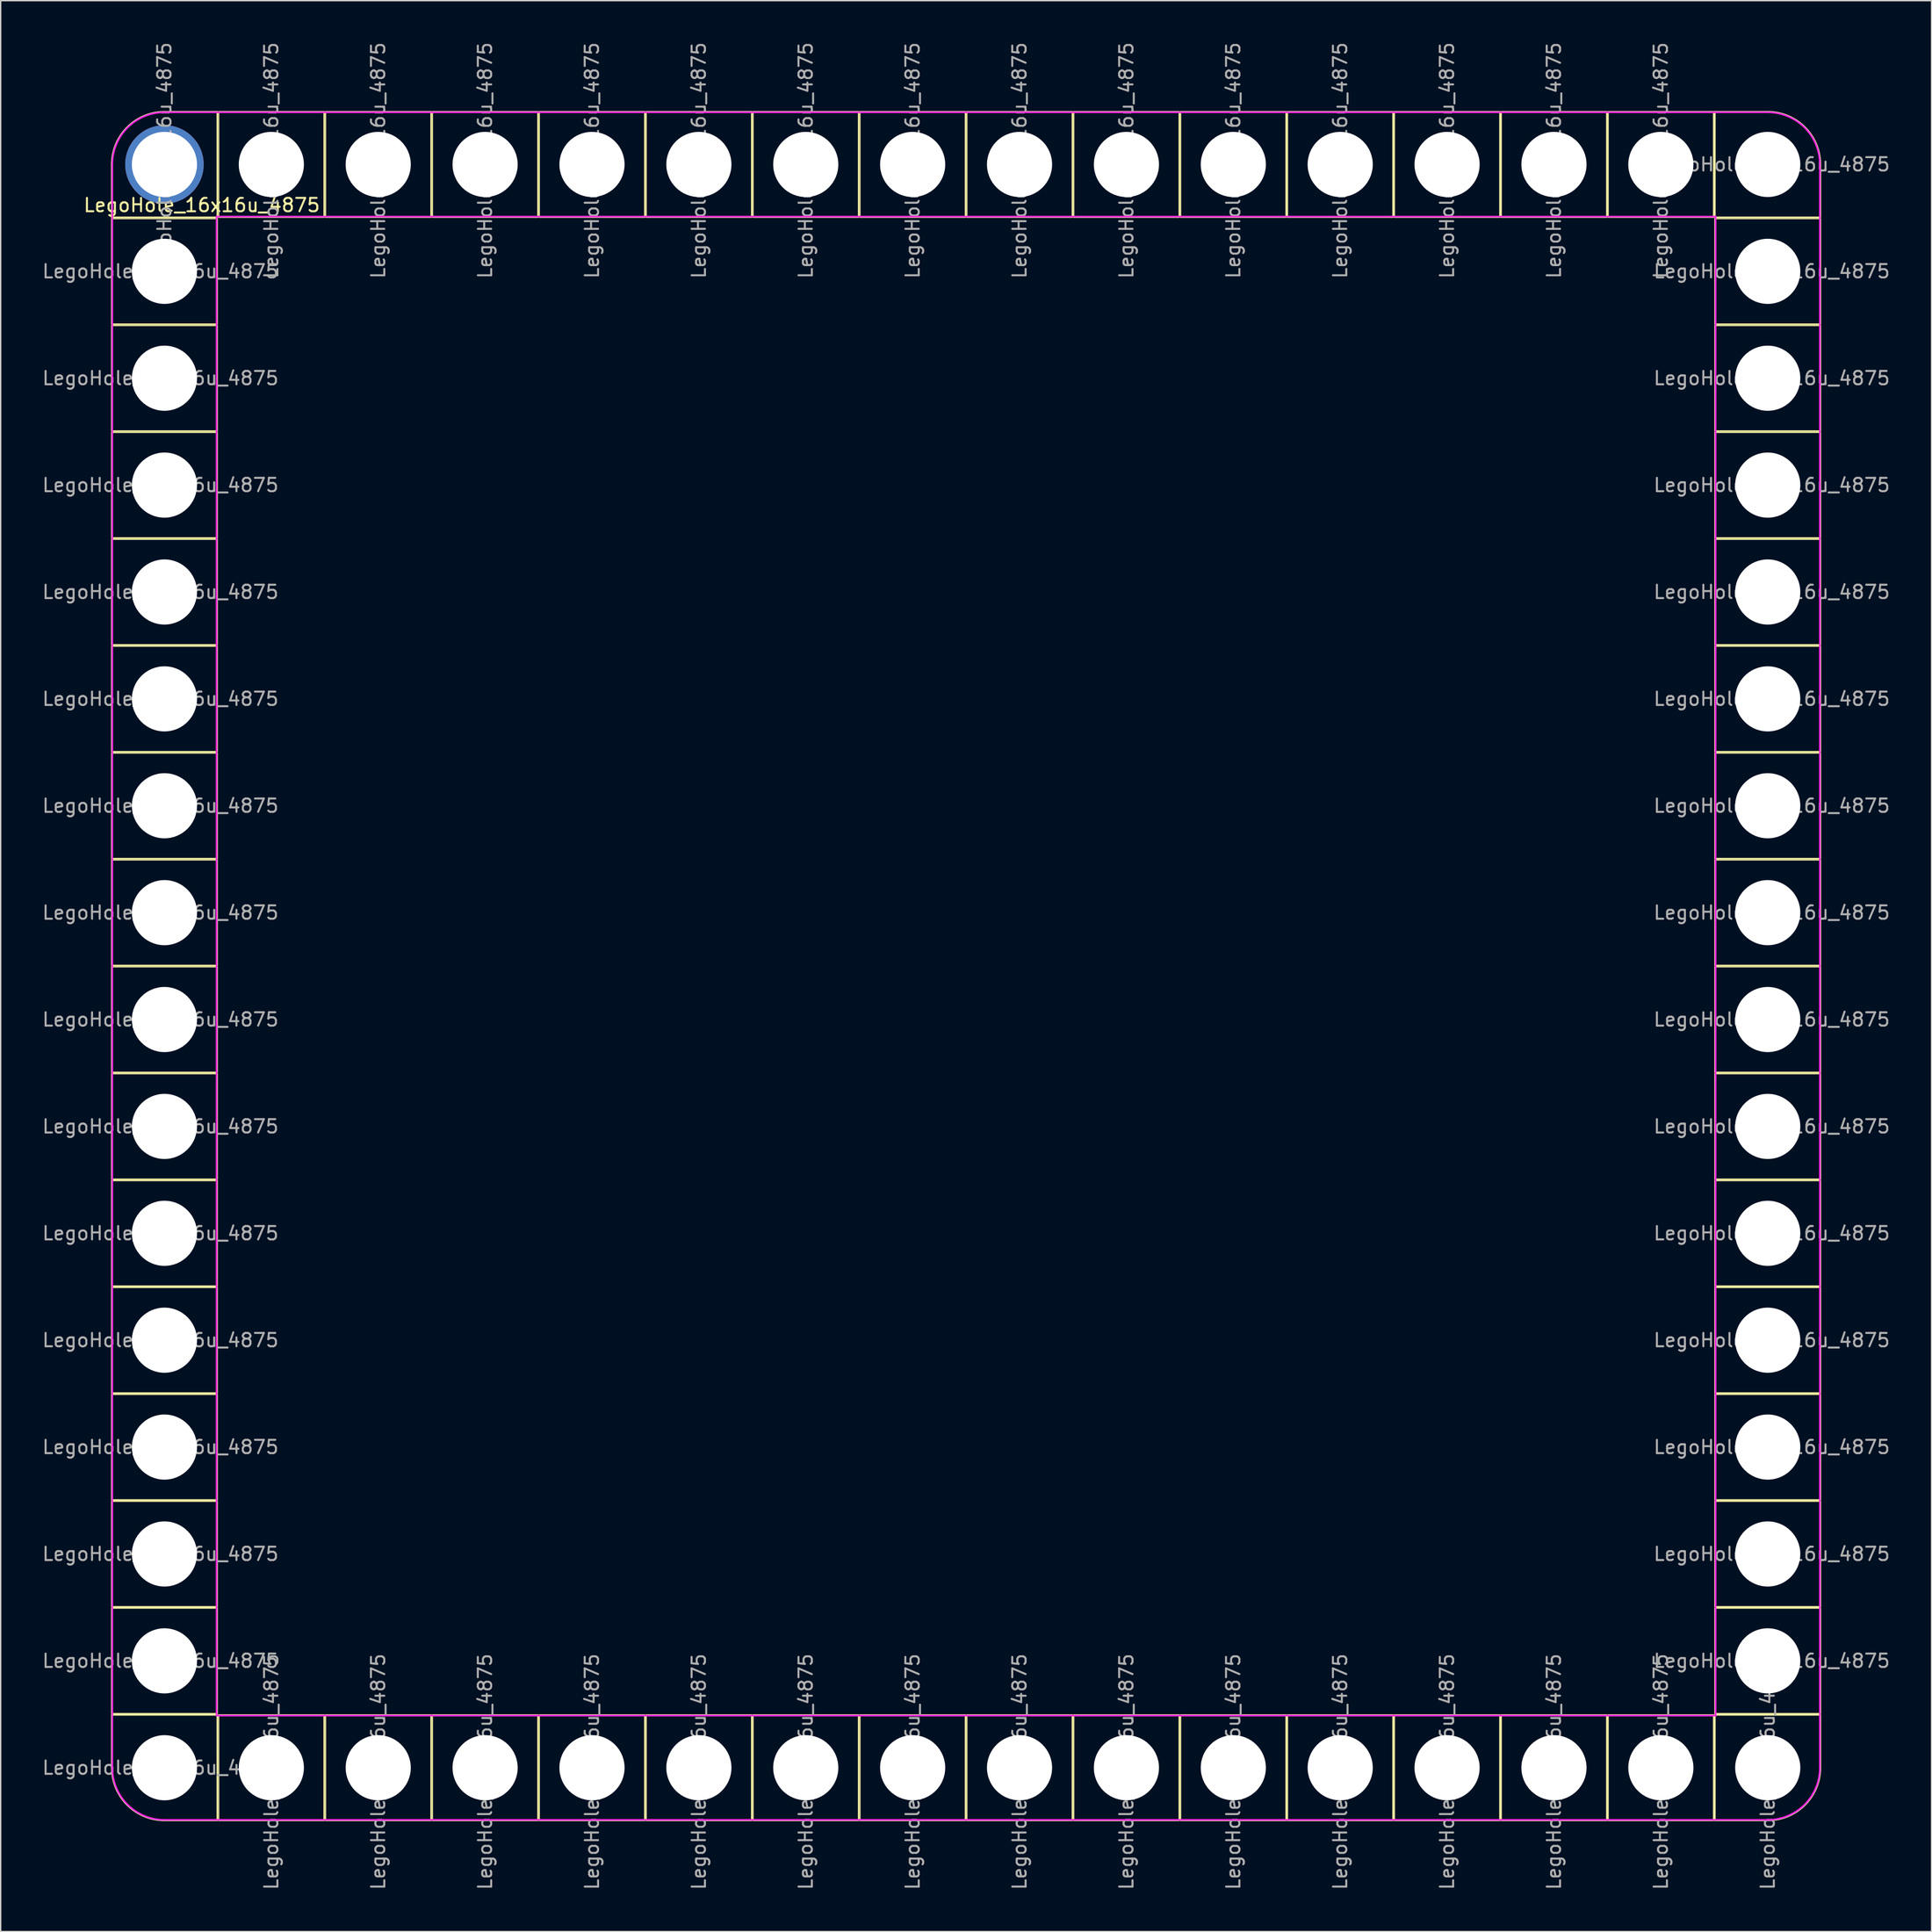
<source format=kicad_pcb>
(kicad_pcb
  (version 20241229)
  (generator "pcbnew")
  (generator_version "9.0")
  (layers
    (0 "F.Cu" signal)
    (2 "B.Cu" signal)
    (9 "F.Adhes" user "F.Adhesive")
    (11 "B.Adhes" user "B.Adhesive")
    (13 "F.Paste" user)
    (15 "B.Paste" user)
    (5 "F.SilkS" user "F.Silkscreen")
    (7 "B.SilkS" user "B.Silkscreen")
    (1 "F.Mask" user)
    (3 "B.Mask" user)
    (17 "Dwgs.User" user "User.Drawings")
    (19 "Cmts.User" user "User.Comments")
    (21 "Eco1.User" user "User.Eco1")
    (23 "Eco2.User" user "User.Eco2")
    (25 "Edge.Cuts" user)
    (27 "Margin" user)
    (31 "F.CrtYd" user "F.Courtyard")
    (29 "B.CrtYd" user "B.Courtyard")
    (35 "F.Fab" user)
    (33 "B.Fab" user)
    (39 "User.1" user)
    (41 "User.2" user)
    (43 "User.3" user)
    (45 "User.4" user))
  (footprint "LegoHole_16x16u_4875"
    (layer "F.Cu")
    (at 9.258 9.258)
    (property "Reference" "LegoHole_16x16u_4875" (at 2.794 3.048 0) (layer "F.SilkS") (effects (font (size 1 1) (thickness 0.15))))
    (attr exclude_from_pos_files exclude_from_bom)
    (fp_line (start -3.95 0) (end -3.95 3.95) (stroke (width 0.1) (type solid)) (layer "F.SilkS"))
    (fp_line (start -3.95 3.95) (end 3.95 3.95) (stroke (width 0.1) (type solid)) (layer "F.SilkS"))
    (fp_line (start -3.95 120) (end -3.95 116.05) (stroke (width 0.1) (type solid)) (layer "F.SilkS"))
    (fp_line (start 0 -3.95) (end 3.95 -3.95) (stroke (width 0.1) (type solid)) (layer "F.SilkS"))
    (fp_line (start 0 123.95) (end 3.95 123.95) (stroke (width 0.1) (type solid)) (layer "F.SilkS"))
    (fp_line (start 3.95 3.95) (end 3.95 -3.95) (stroke (width 0.1) (type solid)) (layer "F.SilkS"))
    (fp_line (start 3.95 116.05) (end -3.95 116.05) (stroke (width 0.1) (type solid)) (layer "F.SilkS"))
    (fp_line (start 3.95 123.95) (end 3.95 116.05) (stroke (width 0.1) (type solid)) (layer "F.SilkS"))
    (fp_line (start 116.05 -3.95) (end 116.05 3.95) (stroke (width 0.1) (type solid)) (layer "F.SilkS"))
    (fp_line (start 116.05 3.95) (end 123.95 3.95) (stroke (width 0.1) (type solid)) (layer "F.SilkS"))
    (fp_line (start 116.05 116.05) (end 116.05 123.95) (stroke (width 0.1) (type solid)) (layer "F.SilkS"))
    (fp_line (start 120 -3.95) (end 116.05 -3.95) (stroke (width 0.1) (type solid)) (layer "F.SilkS"))
    (fp_line (start 120 123.95) (end 116.05 123.95) (stroke (width 0.1) (type solid)) (layer "F.SilkS"))
    (fp_line (start 123.95 0) (end 123.95 3.95) (stroke (width 0.1) (type solid)) (layer "F.SilkS"))
    (fp_line (start 123.95 116.05) (end 116.05 116.05) (stroke (width 0.1) (type solid)) (layer "F.SilkS"))
    (fp_line (start 123.95 120) (end 123.95 116.05) (stroke (width 0.1) (type solid)) (layer "F.SilkS"))
    (fp_rect (start 3.95 11.95) (end -3.95 4.05) (stroke (width 0.1) (type solid)) (fill no) (layer "F.SilkS"))
    (fp_rect (start 3.95 19.95) (end -3.95 12.05) (stroke (width 0.1) (type solid)) (fill no) (layer "F.SilkS"))
    (fp_rect (start 3.95 27.95) (end -3.95 20.05) (stroke (width 0.1) (type solid)) (fill no) (layer "F.SilkS"))
    (fp_rect (start 3.95 35.95) (end -3.95 28.05) (stroke (width 0.1) (type solid)) (fill no) (layer "F.SilkS"))
    (fp_rect (start 3.95 43.95) (end -3.95 36.05) (stroke (width 0.1) (type solid)) (fill no) (layer "F.SilkS"))
    (fp_rect (start 3.95 51.95) (end -3.95 44.05) (stroke (width 0.1) (type solid)) (fill no) (layer "F.SilkS"))
    (fp_rect (start 3.95 59.95) (end -3.95 52.05) (stroke (width 0.1) (type solid)) (fill no) (layer "F.SilkS"))
    (fp_rect (start 3.95 67.95) (end -3.95 60.05) (stroke (width 0.1) (type solid)) (fill no) (layer "F.SilkS"))
    (fp_rect (start 3.95 75.95) (end -3.95 68.05) (stroke (width 0.1) (type solid)) (fill no) (layer "F.SilkS"))
    (fp_rect (start 3.95 83.95) (end -3.95 76.05) (stroke (width 0.1) (type solid)) (fill no) (layer "F.SilkS"))
    (fp_rect (start 3.95 91.95) (end -3.95 84.05) (stroke (width 0.1) (type solid)) (fill no) (layer "F.SilkS"))
    (fp_rect (start 3.95 99.95) (end -3.95 92.05) (stroke (width 0.1) (type solid)) (fill no) (layer "F.SilkS"))
    (fp_rect (start 3.95 107.95) (end -3.95 100.05) (stroke (width 0.1) (type solid)) (fill no) (layer "F.SilkS"))
    (fp_rect (start 3.95 115.95) (end -3.95 108.05) (stroke (width 0.1) (type solid)) (fill no) (layer "F.SilkS"))
    (fp_rect (start 4.05 3.95) (end 11.95 -3.95) (stroke (width 0.1) (type solid)) (fill no) (layer "F.SilkS"))
    (fp_rect (start 11.95 116.05) (end 4.05 123.95) (stroke (width 0.1) (type solid)) (fill no) (layer "F.SilkS"))
    (fp_rect (start 12.05 3.95) (end 19.95 -3.95) (stroke (width 0.1) (type solid)) (fill no) (layer "F.SilkS"))
    (fp_rect (start 19.95 116.05) (end 12.05 123.95) (stroke (width 0.1) (type solid)) (fill no) (layer "F.SilkS"))
    (fp_rect (start 20.05 3.95) (end 27.95 -3.95) (stroke (width 0.1) (type solid)) (fill no) (layer "F.SilkS"))
    (fp_rect (start 27.95 116.05) (end 20.05 123.95) (stroke (width 0.1) (type solid)) (fill no) (layer "F.SilkS"))
    (fp_rect (start 28.05 3.95) (end 35.95 -3.95) (stroke (width 0.1) (type solid)) (fill no) (layer "F.SilkS"))
    (fp_rect (start 35.95 116.05) (end 28.05 123.95) (stroke (width 0.1) (type solid)) (fill no) (layer "F.SilkS"))
    (fp_rect (start 36.05 3.95) (end 43.95 -3.95) (stroke (width 0.1) (type solid)) (fill no) (layer "F.SilkS"))
    (fp_rect (start 43.95 116.05) (end 36.05 123.95) (stroke (width 0.1) (type solid)) (fill no) (layer "F.SilkS"))
    (fp_rect (start 44.05 3.95) (end 51.95 -3.95) (stroke (width 0.1) (type solid)) (fill no) (layer "F.SilkS"))
    (fp_rect (start 51.95 116.05) (end 44.05 123.95) (stroke (width 0.1) (type solid)) (fill no) (layer "F.SilkS"))
    (fp_rect (start 52.05 3.95) (end 59.95 -3.95) (stroke (width 0.1) (type solid)) (fill no) (layer "F.SilkS"))
    (fp_rect (start 59.95 116.05) (end 52.05 123.95) (stroke (width 0.1) (type solid)) (fill no) (layer "F.SilkS"))
    (fp_rect (start 60.05 3.95) (end 67.95 -3.95) (stroke (width 0.1) (type solid)) (fill no) (layer "F.SilkS"))
    (fp_rect (start 67.95 116.05) (end 60.05 123.95) (stroke (width 0.1) (type solid)) (fill no) (layer "F.SilkS"))
    (fp_rect (start 68.05 3.95) (end 75.95 -3.95) (stroke (width 0.1) (type solid)) (fill no) (layer "F.SilkS"))
    (fp_rect (start 75.95 116.05) (end 68.05 123.95) (stroke (width 0.1) (type solid)) (fill no) (layer "F.SilkS"))
    (fp_rect (start 76.05 3.95) (end 83.95 -3.95) (stroke (width 0.1) (type solid)) (fill no) (layer "F.SilkS"))
    (fp_rect (start 83.95 116.05) (end 76.05 123.95) (stroke (width 0.1) (type solid)) (fill no) (layer "F.SilkS"))
    (fp_rect (start 84.05 3.95) (end 91.95 -3.95) (stroke (width 0.1) (type solid)) (fill no) (layer "F.SilkS"))
    (fp_rect (start 91.95 116.05) (end 84.05 123.95) (stroke (width 0.1) (type solid)) (fill no) (layer "F.SilkS"))
    (fp_rect (start 92.05 3.95) (end 99.95 -3.95) (stroke (width 0.1) (type solid)) (fill no) (layer "F.SilkS"))
    (fp_rect (start 99.95 116.05) (end 92.05 123.95) (stroke (width 0.1) (type solid)) (fill no) (layer "F.SilkS"))
    (fp_rect (start 100.05 3.95) (end 107.95 -3.95) (stroke (width 0.1) (type solid)) (fill no) (layer "F.SilkS"))
    (fp_rect (start 107.95 116.05) (end 100.05 123.95) (stroke (width 0.1) (type solid)) (fill no) (layer "F.SilkS"))
    (fp_rect (start 108.05 3.95) (end 115.95 -3.95) (stroke (width 0.1) (type solid)) (fill no) (layer "F.SilkS"))
    (fp_rect (start 115.95 116.05) (end 108.05 123.95) (stroke (width 0.1) (type solid)) (fill no) (layer "F.SilkS"))
    (fp_rect (start 116.05 4.05) (end 123.95 11.95) (stroke (width 0.1) (type solid)) (fill no) (layer "F.SilkS"))
    (fp_rect (start 116.05 12.05) (end 123.95 19.95) (stroke (width 0.1) (type solid)) (fill no) (layer "F.SilkS"))
    (fp_rect (start 116.05 20.05) (end 123.95 27.95) (stroke (width 0.1) (type solid)) (fill no) (layer "F.SilkS"))
    (fp_rect (start 116.05 28.05) (end 123.95 35.95) (stroke (width 0.1) (type solid)) (fill no) (layer "F.SilkS"))
    (fp_rect (start 116.05 36.05) (end 123.95 43.95) (stroke (width 0.1) (type solid)) (fill no) (layer "F.SilkS"))
    (fp_rect (start 116.05 44.05) (end 123.95 51.95) (stroke (width 0.1) (type solid)) (fill no) (layer "F.SilkS"))
    (fp_rect (start 116.05 52.05) (end 123.95 59.95) (stroke (width 0.1) (type solid)) (fill no) (layer "F.SilkS"))
    (fp_rect (start 116.05 60.05) (end 123.95 67.95) (stroke (width 0.1) (type solid)) (fill no) (layer "F.SilkS"))
    (fp_rect (start 116.05 68.05) (end 123.95 75.95) (stroke (width 0.1) (type solid)) (fill no) (layer "F.SilkS"))
    (fp_rect (start 116.05 76.05) (end 123.95 83.95) (stroke (width 0.1) (type solid)) (fill no) (layer "F.SilkS"))
    (fp_rect (start 116.05 84.05) (end 123.95 91.95) (stroke (width 0.1) (type solid)) (fill no) (layer "F.SilkS"))
    (fp_rect (start 116.05 92.05) (end 123.95 99.95) (stroke (width 0.1) (type solid)) (fill no) (layer "F.SilkS"))
    (fp_rect (start 116.05 100.05) (end 123.95 107.95) (stroke (width 0.1) (type solid)) (fill no) (layer "F.SilkS"))
    (fp_rect (start 116.05 108.05) (end 123.95 115.95) (stroke (width 0.1) (type solid)) (fill no) (layer "F.SilkS"))
    (fp_arc (start -3.95 0) (mid -2.793072 -2.793072) (end 0 -3.95) (stroke (width 0.1) (type solid)) (layer "F.SilkS"))
    (fp_arc (start 0 123.95) (mid -2.793072 122.793072) (end -3.95 120) (stroke (width 0.1) (type solid)) (layer "F.SilkS"))
    (fp_arc (start 120 -3.95) (mid 122.793072 -2.793072) (end 123.95 0) (stroke (width 0.1) (type solid)) (layer "F.SilkS"))
    (fp_arc (start 123.95 120) (mid 122.793072 122.793072) (end 120 123.95) (stroke (width 0.1) (type solid)) (layer "F.SilkS"))
    (fp_line (start -3.9 4.1) (end -3.9 0) (stroke (width 0.12) (type solid)) (layer "F.CrtYd"))
    (fp_line (start -3.9 4.1) (end -3.9 120) (stroke (width 0.12) (type solid)) (layer "F.CrtYd"))
    (fp_line (start 3.9 3.9) (end 116.1 3.9) (stroke (width 0.12) (type solid)) (layer "F.CrtYd"))
    (fp_line (start 3.9 116.1) (end 3.9 3.9) (stroke (width 0.12) (type solid)) (layer "F.CrtYd"))
    (fp_line (start 3.9 123.9) (end 0 123.9) (stroke (width 0.12) (type solid)) (layer "F.CrtYd"))
    (fp_line (start 3.9 123.9) (end 120 123.9) (stroke (width 0.12) (type solid)) (layer "F.CrtYd"))
    (fp_line (start 116.1 -3.9) (end 0 -3.9) (stroke (width 0.12) (type solid)) (layer "F.CrtYd"))
    (fp_line (start 116.1 -3.9) (end 120 -3.9) (stroke (width 0.12) (type solid)) (layer "F.CrtYd"))
    (fp_line (start 116.1 3.9) (end 116.1 116.1) (stroke (width 0.12) (type solid)) (layer "F.CrtYd"))
    (fp_line (start 116.1 116.1) (end 3.9 116.1) (stroke (width 0.12) (type solid)) (layer "F.CrtYd"))
    (fp_line (start 123.9 116.1) (end 123.9 0) (stroke (width 0.12) (type solid)) (layer "F.CrtYd"))
    (fp_line (start 123.9 116.1) (end 123.9 120) (stroke (width 0.12) (type solid)) (layer "F.CrtYd"))
    (fp_arc (start -3.9 0) (mid -2.757716 -2.757716) (end 0 -3.9) (stroke (width 0.12) (type solid)) (layer "F.CrtYd"))
    (fp_arc (start 0 123.9) (mid -2.757716 122.757716) (end -3.9 120) (stroke (width 0.12) (type solid)) (layer "F.CrtYd"))
    (fp_arc (start 120 -3.9) (mid 122.757716 -2.757716) (end 123.9 0) (stroke (width 0.12) (type solid)) (layer "F.CrtYd"))
    (fp_arc (start 123.9 120) (mid 122.757716 122.757716) (end 120 123.9) (stroke (width 0.12) (type solid)) (layer "F.CrtYd"))
    (fp_text user "${REFERENCE}" (at 120.3 24 0) (layer "F.Fab") (effects (font (size 1 1) (thickness 0.15))))
    (fp_text user "${REFERENCE}" (at 104 -0.3 90) (layer "F.Fab") (effects (font (size 1 1) (thickness 0.15))))
    (fp_text user "${REFERENCE}" (at 64 -0.3 90) (layer "F.Fab") (effects (font (size 1 1) (thickness 0.15))))
    (fp_text user "${REFERENCE}" (at -0.3 64 180) (layer "F.Fab") (effects (font (size 1 1) (thickness 0.15))))
    (fp_text user "${REFERENCE}" (at 56 -0.3 90) (layer "F.Fab") (effects (font (size 1 1) (thickness 0.15))))
    (fp_text user "${REFERENCE}" (at 96 -0.3 90) (layer "F.Fab") (effects (font (size 1 1) (thickness 0.15))))
    (fp_text user "${REFERENCE}" (at 48 120.3 270) (layer "F.Fab") (effects (font (size 1 1) (thickness 0.15))))
    (fp_text user "${REFERENCE}" (at 88 -0.3 90) (layer "F.Fab") (effects (font (size 1 1) (thickness 0.15))))
    (fp_text user "${REFERENCE}" (at 120.3 16 0) (layer "F.Fab") (effects (font (size 1 1) (thickness 0.15))))
    (fp_text user "${REFERENCE}" (at -0.3 96 180) (layer "F.Fab") (effects (font (size 1 1) (thickness 0.15))))
    (fp_text user "${REFERENCE}" (at 32 120.3 270) (layer "F.Fab") (effects (font (size 1 1) (thickness 0.15))))
    (fp_text user "${REFERENCE}" (at -0.3 48 180) (layer "F.Fab") (effects (font (size 1 1) (thickness 0.15))))
    (fp_text user "${REFERENCE}" (at 88 120.3 270) (layer "F.Fab") (effects (font (size 1 1) (thickness 0.15))))
    (fp_text user "${REFERENCE}" (at -0.3 80 180) (layer "F.Fab") (effects (font (size 1 1) (thickness 0.15))))
    (fp_text user "${REFERENCE}" (at 16 -0.3 90) (layer "F.Fab") (effects (font (size 1 1) (thickness 0.15))))
    (fp_text user "${REFERENCE}" (at 120.3 72 0) (layer "F.Fab") (effects (font (size 1 1) (thickness 0.15))))
    (fp_text user "${REFERENCE}" (at 24 -0.3 90) (layer "F.Fab") (effects (font (size 1 1) (thickness 0.15))))
    (fp_text user "${REFERENCE}" (at 56 120.3 270) (layer "F.Fab") (effects (font (size 1 1) (thickness 0.15))))
    (fp_text user "${REFERENCE}" (at -0.3 8 180) (layer "F.Fab") (effects (font (size 1 1) (thickness 0.15))))
    (fp_text user "${REFERENCE}" (at -0.3 120 180) (layer "F.Fab") (effects (font (size 1 1) (thickness 0.15))))
    (fp_text user "${REFERENCE}" (at 120.3 48 0) (layer "F.Fab") (effects (font (size 1 1) (thickness 0.15))))
    (fp_text user "${REFERENCE}" (at -0.3 16 180) (layer "F.Fab") (effects (font (size 1 1) (thickness 0.15))))
    (fp_text user "${REFERENCE}" (at 16 120.3 270) (layer "F.Fab") (effects (font (size 1 1) (thickness 0.15))))
    (fp_text user "${REFERENCE}" (at 112 120.3 270) (layer "F.Fab") (effects (font (size 1 1) (thickness 0.15))))
    (fp_text user "${REFERENCE}" (at 24 120.3 270) (layer "F.Fab") (effects (font (size 1 1) (thickness 0.15))))
    (fp_text user "${REFERENCE}" (at 120.3 64 0) (layer "F.Fab") (effects (font (size 1 1) (thickness 0.15))))
    (fp_text user "${REFERENCE}" (at 80 -0.3 90) (layer "F.Fab") (effects (font (size 1 1) (thickness 0.15))))
    (fp_text user "${REFERENCE}" (at 120.3 8 0) (layer "F.Fab") (effects (font (size 1 1) (thickness 0.15))))
    (fp_text user "${REFERENCE}" (at -0.3 40 180) (layer "F.Fab") (effects (font (size 1 1) (thickness 0.15))))
    (fp_text user "${REFERENCE}" (at 40 120.3 270) (layer "F.Fab") (effects (font (size 1 1) (thickness 0.15))))
    (fp_text user "${REFERENCE}" (at 120 120.3 270) (layer "F.Fab") (effects (font (size 1 1) (thickness 0.15))))
    (fp_text user "${REFERENCE}" (at -0.3 24 180) (layer "F.Fab") (effects (font (size 1 1) (thickness 0.15))))
    (fp_text user "${REFERENCE}" (at 32 -0.3 90) (layer "F.Fab") (effects (font (size 1 1) (thickness 0.15))))
    (fp_text user "${REFERENCE}" (at 8 120.3 270) (layer "F.Fab") (effects (font (size 1 1) (thickness 0.15))))
    (fp_text user "${REFERENCE}" (at -0.3 32 180) (layer "F.Fab") (effects (font (size 1 1) (thickness 0.15))))
    (fp_text user "${REFERENCE}" (at 120.3 112 0) (layer "F.Fab") (effects (font (size 1 1) (thickness 0.15))))
    (fp_text user "${REFERENCE}" (at 64 120.3 270) (layer "F.Fab") (effects (font (size 1 1) (thickness 0.15))))
    (fp_text user "${REFERENCE}" (at -0.3 56 180) (layer "F.Fab") (effects (font (size 1 1) (thickness 0.15))))
    (fp_text user "${REFERENCE}" (at 72 -0.3 90) (layer "F.Fab") (effects (font (size 1 1) (thickness 0.15))))
    (fp_text user "${REFERENCE}" (at 0 -0.3 90) (layer "F.Fab") (effects (font (size 1 1) (thickness 0.15))))
    (fp_text user "${REFERENCE}" (at 40 -0.3 90) (layer "F.Fab") (effects (font (size 1 1) (thickness 0.15))))
    (fp_text user "${REFERENCE}" (at 112 -0.3 90) (layer "F.Fab") (effects (font (size 1 1) (thickness 0.15))))
    (fp_text user "${REFERENCE}" (at 120.3 96 0) (layer "F.Fab") (effects (font (size 1 1) (thickness 0.15))))
    (fp_text user "${REFERENCE}" (at 72 120.3 270) (layer "F.Fab") (effects (font (size 1 1) (thickness 0.15))))
    (fp_text user "${REFERENCE}" (at 120.3 0 0) (layer "F.Fab") (effects (font (size 1 1) (thickness 0.15))))
    (fp_text user "${REFERENCE}" (at 96 120.3 270) (layer "F.Fab") (effects (font (size 1 1) (thickness 0.15))))
    (fp_text user "${REFERENCE}" (at -0.3 72 180) (layer "F.Fab") (effects (font (size 1 1) (thickness 0.15))))
    (fp_text user "${REFERENCE}" (at 120.3 80 0) (layer "F.Fab") (effects (font (size 1 1) (thickness 0.15))))
    (fp_text user "${REFERENCE}" (at 120.3 104 0) (layer "F.Fab") (effects (font (size 1 1) (thickness 0.15))))
    (fp_text user "${REFERENCE}" (at 120.3 88 0) (layer "F.Fab") (effects (font (size 1 1) (thickness 0.15))))
    (fp_text user "${REFERENCE}" (at 120.3 40 0) (layer "F.Fab") (effects (font (size 1 1) (thickness 0.15))))
    (fp_text user "${REFERENCE}" (at 8 -0.3 90) (layer "F.Fab") (effects (font (size 1 1) (thickness 0.15))))
    (fp_text user "${REFERENCE}" (at 48 -0.3 90) (layer "F.Fab") (effects (font (size 1 1) (thickness 0.15))))
    (fp_text user "${REFERENCE}" (at -0.3 104 180) (layer "F.Fab") (effects (font (size 1 1) (thickness 0.15))))
    (fp_text user "${REFERENCE}" (at 104 120.3 270) (layer "F.Fab") (effects (font (size 1 1) (thickness 0.15))))
    (fp_text user "${REFERENCE}" (at -0.3 88 180) (layer "F.Fab") (effects (font (size 1 1) (thickness 0.15))))
    (fp_text user "${REFERENCE}" (at 120.3 32 0) (layer "F.Fab") (effects (font (size 1 1) (thickness 0.15))))
    (fp_text user "${REFERENCE}" (at 80 120.3 270) (layer "F.Fab") (effects (font (size 1 1) (thickness 0.15))))
    (fp_text user "${REFERENCE}" (at 120.3 56 0) (layer "F.Fab") (effects (font (size 1 1) (thickness 0.15))))
    (fp_text user "${REFERENCE}" (at -0.3 112 180) (layer "F.Fab") (effects (font (size 1 1) (thickness 0.15))))
    (pad "" np_thru_hole circle (at 0 0 90) (size 5.875 5.875) (drill 4.875) (layers "*.Cu" "*.Mask"))
    (pad "" np_thru_hole circle (at 0 8 180) (size 4.875 4.875) (drill 4.875) (layers "*.Cu" "*.Mask"))
    (pad "" np_thru_hole circle (at 0 16 180) (size 4.875 4.875) (drill 4.875) (layers "*.Cu" "*.Mask"))
    (pad "" np_thru_hole circle (at 0 24 180) (size 4.875 4.875) (drill 4.875) (layers "*.Cu" "*.Mask"))
    (pad "" np_thru_hole circle (at 0 32 180) (size 4.875 4.875) (drill 4.875) (layers "*.Cu" "*.Mask"))
    (pad "" np_thru_hole circle (at 0 40 180) (size 4.875 4.875) (drill 4.875) (layers "*.Cu" "*.Mask"))
    (pad "" np_thru_hole circle (at 0 48 180) (size 4.875 4.875) (drill 4.875) (layers "*.Cu" "*.Mask"))
    (pad "" np_thru_hole circle (at 0 56 180) (size 4.875 4.875) (drill 4.875) (layers "*.Cu" "*.Mask"))
    (pad "" np_thru_hole circle (at 0 64 180) (size 4.875 4.875) (drill 4.875) (layers "*.Cu" "*.Mask"))
    (pad "" np_thru_hole circle (at 0 72 180) (size 4.875 4.875) (drill 4.875) (layers "*.Cu" "*.Mask"))
    (pad "" np_thru_hole circle (at 0 80 180) (size 4.875 4.875) (drill 4.875) (layers "*.Cu" "*.Mask"))
    (pad "" np_thru_hole circle (at 0 88 180) (size 4.875 4.875) (drill 4.875) (layers "*.Cu" "*.Mask"))
    (pad "" np_thru_hole circle (at 0 96 180) (size 4.875 4.875) (drill 4.875) (layers "*.Cu" "*.Mask"))
    (pad "" np_thru_hole circle (at 0 104 180) (size 4.875 4.875) (drill 4.875) (layers "*.Cu" "*.Mask"))
    (pad "" np_thru_hole circle (at 0 112 180) (size 4.875 4.875) (drill 4.875) (layers "*.Cu" "*.Mask"))
    (pad "" np_thru_hole circle (at 0 120 180) (size 4.875 4.875) (drill 4.875) (layers "*.Cu" "*.Mask"))
    (pad "" np_thru_hole circle (at 8 0 90) (size 4.875 4.875) (drill 4.875) (layers "*.Cu" "*.Mask"))
    (pad "" np_thru_hole circle (at 8 120 270) (size 4.875 4.875) (drill 4.875) (layers "*.Cu" "*.Mask"))
    (pad "" np_thru_hole circle (at 16 0 90) (size 4.875 4.875) (drill 4.875) (layers "*.Cu" "*.Mask"))
    (pad "" np_thru_hole circle (at 16 120 270) (size 4.875 4.875) (drill 4.875) (layers "*.Cu" "*.Mask"))
    (pad "" np_thru_hole circle (at 24 0 90) (size 4.875 4.875) (drill 4.875) (layers "*.Cu" "*.Mask"))
    (pad "" np_thru_hole circle (at 24 120 270) (size 4.875 4.875) (drill 4.875) (layers "*.Cu" "*.Mask"))
    (pad "" np_thru_hole circle (at 32 0 90) (size 4.875 4.875) (drill 4.875) (layers "*.Cu" "*.Mask"))
    (pad "" np_thru_hole circle (at 32 120 270) (size 4.875 4.875) (drill 4.875) (layers "*.Cu" "*.Mask"))
    (pad "" np_thru_hole circle (at 40 0 90) (size 4.875 4.875) (drill 4.875) (layers "*.Cu" "*.Mask"))
    (pad "" np_thru_hole circle (at 40 120 270) (size 4.875 4.875) (drill 4.875) (layers "*.Cu" "*.Mask"))
    (pad "" np_thru_hole circle (at 48 0 90) (size 4.875 4.875) (drill 4.875) (layers "*.Cu" "*.Mask"))
    (pad "" np_thru_hole circle (at 48 120 270) (size 4.875 4.875) (drill 4.875) (layers "*.Cu" "*.Mask"))
    (pad "" np_thru_hole circle (at 56 0 90) (size 4.875 4.875) (drill 4.875) (layers "*.Cu" "*.Mask"))
    (pad "" np_thru_hole circle (at 56 120 270) (size 4.875 4.875) (drill 4.875) (layers "*.Cu" "*.Mask"))
    (pad "" np_thru_hole circle (at 64 0 90) (size 4.875 4.875) (drill 4.875) (layers "*.Cu" "*.Mask"))
    (pad "" np_thru_hole circle (at 64 120 270) (size 4.875 4.875) (drill 4.875) (layers "*.Cu" "*.Mask"))
    (pad "" np_thru_hole circle (at 72 0 90) (size 4.875 4.875) (drill 4.875) (layers "*.Cu" "*.Mask"))
    (pad "" np_thru_hole circle (at 72 120 270) (size 4.875 4.875) (drill 4.875) (layers "*.Cu" "*.Mask"))
    (pad "" np_thru_hole circle (at 80 0 90) (size 4.875 4.875) (drill 4.875) (layers "*.Cu" "*.Mask"))
    (pad "" np_thru_hole circle (at 80 120 270) (size 4.875 4.875) (drill 4.875) (layers "*.Cu" "*.Mask"))
    (pad "" np_thru_hole circle (at 88 0 90) (size 4.875 4.875) (drill 4.875) (layers "*.Cu" "*.Mask"))
    (pad "" np_thru_hole circle (at 88 120 270) (size 4.875 4.875) (drill 4.875) (layers "*.Cu" "*.Mask"))
    (pad "" np_thru_hole circle (at 96 0 90) (size 4.875 4.875) (drill 4.875) (layers "*.Cu" "*.Mask"))
    (pad "" np_thru_hole circle (at 96 120 270) (size 4.875 4.875) (drill 4.875) (layers "*.Cu" "*.Mask"))
    (pad "" np_thru_hole circle (at 104 0 90) (size 4.875 4.875) (drill 4.875) (layers "*.Cu" "*.Mask"))
    (pad "" np_thru_hole circle (at 104 120 270) (size 4.875 4.875) (drill 4.875) (layers "*.Cu" "*.Mask"))
    (pad "" np_thru_hole circle (at 112 0 90) (size 4.875 4.875) (drill 4.875) (layers "*.Cu" "*.Mask"))
    (pad "" np_thru_hole circle (at 112 120 270) (size 4.875 4.875) (drill 4.875) (layers "*.Cu" "*.Mask"))
    (pad "" np_thru_hole circle (at 120 0) (size 4.875 4.875) (drill 4.875) (layers "*.Cu" "*.Mask"))
    (pad "" np_thru_hole circle (at 120 8) (size 4.875 4.875) (drill 4.875) (layers "*.Cu" "*.Mask"))
    (pad "" np_thru_hole circle (at 120 16) (size 4.875 4.875) (drill 4.875) (layers "*.Cu" "*.Mask"))
    (pad "" np_thru_hole circle (at 120 24) (size 4.875 4.875) (drill 4.875) (layers "*.Cu" "*.Mask"))
    (pad "" np_thru_hole circle (at 120 32) (size 4.875 4.875) (drill 4.875) (layers "*.Cu" "*.Mask"))
    (pad "" np_thru_hole circle (at 120 40) (size 4.875 4.875) (drill 4.875) (layers "*.Cu" "*.Mask"))
    (pad "" np_thru_hole circle (at 120 48) (size 4.875 4.875) (drill 4.875) (layers "*.Cu" "*.Mask"))
    (pad "" np_thru_hole circle (at 120 56) (size 4.875 4.875) (drill 4.875) (layers "*.Cu" "*.Mask"))
    (pad "" np_thru_hole circle (at 120 64) (size 4.875 4.875) (drill 4.875) (layers "*.Cu" "*.Mask"))
    (pad "" np_thru_hole circle (at 120 72) (size 4.875 4.875) (drill 4.875) (layers "*.Cu" "*.Mask"))
    (pad "" np_thru_hole circle (at 120 80) (size 4.875 4.875) (drill 4.875) (layers "*.Cu" "*.Mask"))
    (pad "" np_thru_hole circle (at 120 88) (size 4.875 4.875) (drill 4.875) (layers "*.Cu" "*.Mask"))
    (pad "" np_thru_hole circle (at 120 96) (size 4.875 4.875) (drill 4.875) (layers "*.Cu" "*.Mask"))
    (pad "" np_thru_hole circle (at 120 104) (size 4.875 4.875) (drill 4.875) (layers "*.Cu" "*.Mask"))
    (pad "" np_thru_hole circle (at 120 112) (size 4.875 4.875) (drill 4.875) (layers "*.Cu" "*.Mask"))
    (pad "" np_thru_hole circle (at 120 120 270) (size 4.875 4.875) (drill 4.875) (layers "*.Cu" "*.Mask")))
  (gr_rect
    (start -3 -3)
    (end 141.517 141.517)
    (stroke (width 0.1) (type default))
    (fill no)
    (layer "Edge.Cuts")))
</source>
